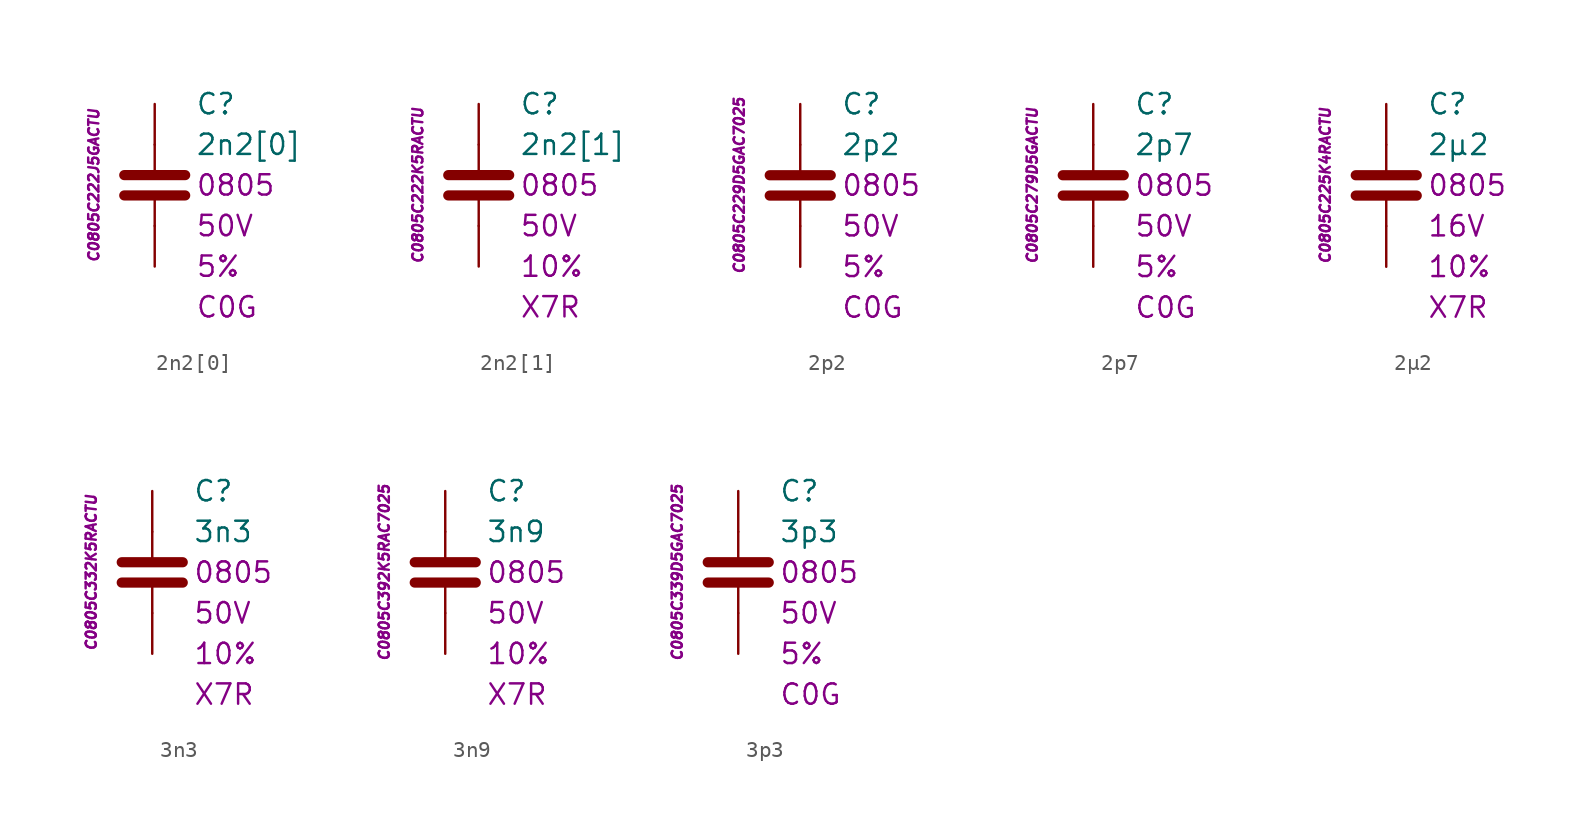
<source format=kicad_sym>
(kicad_symbol_lib
  (version 20201005)
  (generator kicad_symbol_editor)
  (symbol "2n2[0]"
    (pin_numbers hide)
    (pin_names
      (offset 1.016) hide)
    (property "Reference" "C"
      (at 2.54 5.08 0)
      (effects (font (size 1.27 1.27)) (justify left)))
    (property "Value" "2n2[0]"
      (at 2.54 2.54 0)
      (effects (font (size 1.27 1.27)) (justify left)))
    (property "Package" "0805"
      (at 2.54 0 0)
      (effects (font (size 1.27 1.27)) (justify left)))
    (property "Voltage" "50V"
      (at 2.54 -2.54 0)
      (effects (font (size 1.27 1.27)) (justify left)))
    (property "Tolerance" "5%"
      (at 2.54 -5.08 0)
      (effects (font (size 1.27 1.27)) (justify left)))
    (property "Dielectric" "C0G"
      (at 2.54 -7.62 0)
      (effects (font (size 1.27 1.27)) (justify left)))
    (property "ID" "C0805C222J5GACTU"
      (at -3.81 0 90)
      (effects (font (size 0.635 0.635) italic)))
    (symbol "2n2[0]_0_1"
      (polyline (pts (xy -1.905 -0.635) (xy 1.905 -0.635)) (stroke (width 0.635)) (fill (type none)))
      (polyline (pts (xy -1.905 0.635) (xy 1.905 0.635)) (stroke (width 0.635)) (fill (type none)))
      (polyline (pts (xy 0 -2.54) (xy 0 -0.635)) (stroke (width 0.152)) (fill (type none)))
      (polyline (pts (xy 0 0.635) (xy 0 2.54)) (stroke (width 0.152)) (fill (type none))))
    (symbol "2n2[0]_1_1"
      (pin passive line (at 0 5.08 270) (length 2.54) (name "~" (effects (font (size 1.778 1.778)))) (number "1" (effects (font (size 1.778 1.778)))))
      (pin passive line (at 0 -5.08 90) (length 2.54) (name "~" (effects (font (size 1.778 1.778)))) (number "2" (effects (font (size 1.778 1.778)))))))
  (symbol "2n2[1]"
    (pin_numbers hide)
    (pin_names
      (offset 1.016) hide)
    (property "Reference" "C"
      (at 2.54 5.08 0)
      (effects (font (size 1.27 1.27)) (justify left)))
    (property "Value" "2n2[1]"
      (at 2.54 2.54 0)
      (effects (font (size 1.27 1.27)) (justify left)))
    (property "Package" "0805"
      (at 2.54 0 0)
      (effects (font (size 1.27 1.27)) (justify left)))
    (property "Voltage" "50V"
      (at 2.54 -2.54 0)
      (effects (font (size 1.27 1.27)) (justify left)))
    (property "Tolerance" "10%"
      (at 2.54 -5.08 0)
      (effects (font (size 1.27 1.27)) (justify left)))
    (property "Dielectric" "X7R"
      (at 2.54 -7.62 0)
      (effects (font (size 1.27 1.27)) (justify left)))
    (property "ID" "C0805C222K5RACTU"
      (at -3.81 0 90)
      (effects (font (size 0.635 0.635) italic)))
    (symbol "2n2[1]_0_1"
      (polyline (pts (xy -1.905 -0.635) (xy 1.905 -0.635)) (stroke (width 0.635)) (fill (type none)))
      (polyline (pts (xy -1.905 0.635) (xy 1.905 0.635)) (stroke (width 0.635)) (fill (type none)))
      (polyline (pts (xy 0 -2.54) (xy 0 -0.635)) (stroke (width 0.152)) (fill (type none)))
      (polyline (pts (xy 0 0.635) (xy 0 2.54)) (stroke (width 0.152)) (fill (type none))))
    (symbol "2n2[1]_1_1"
      (pin passive line (at 0 5.08 270) (length 2.54) (name "~" (effects (font (size 1.778 1.778)))) (number "1" (effects (font (size 1.778 1.778)))))
      (pin passive line (at 0 -5.08 90) (length 2.54) (name "~" (effects (font (size 1.778 1.778)))) (number "2" (effects (font (size 1.778 1.778)))))))
  (symbol "2p2"
    (pin_numbers hide)
    (pin_names
      (offset 1.016) hide)
    (property "Reference" "C"
      (at 2.54 5.08 0)
      (effects (font (size 1.27 1.27)) (justify left)))
    (property "Value" "2p2"
      (at 2.54 2.54 0)
      (effects (font (size 1.27 1.27)) (justify left)))
    (property "Package" "0805"
      (at 2.54 0 0)
      (effects (font (size 1.27 1.27)) (justify left)))
    (property "Voltage" "50V"
      (at 2.54 -2.54 0)
      (effects (font (size 1.27 1.27)) (justify left)))
    (property "Tolerance" "5%"
      (at 2.54 -5.08 0)
      (effects (font (size 1.27 1.27)) (justify left)))
    (property "Dielectric" "C0G"
      (at 2.54 -7.62 0)
      (effects (font (size 1.27 1.27)) (justify left)))
    (property "ID" "C0805C229D5GAC7025"
      (at -3.81 0 90)
      (effects (font (size 0.635 0.635) italic)))
    (symbol "2p2_0_1"
      (polyline (pts (xy -1.905 -0.635) (xy 1.905 -0.635)) (stroke (width 0.635)) (fill (type none)))
      (polyline (pts (xy -1.905 0.635) (xy 1.905 0.635)) (stroke (width 0.635)) (fill (type none)))
      (polyline (pts (xy 0 -2.54) (xy 0 -0.635)) (stroke (width 0.152)) (fill (type none)))
      (polyline (pts (xy 0 0.635) (xy 0 2.54)) (stroke (width 0.152)) (fill (type none))))
    (symbol "2p2_1_1"
      (pin passive line (at 0 5.08 270) (length 2.54) (name "~" (effects (font (size 1.778 1.778)))) (number "1" (effects (font (size 1.778 1.778)))))
      (pin passive line (at 0 -5.08 90) (length 2.54) (name "~" (effects (font (size 1.778 1.778)))) (number "2" (effects (font (size 1.778 1.778)))))))
  (symbol "2p7"
    (pin_numbers hide)
    (pin_names
      (offset 1.016) hide)
    (property "Reference" "C"
      (at 2.54 5.08 0)
      (effects (font (size 1.27 1.27)) (justify left)))
    (property "Value" "2p7"
      (at 2.54 2.54 0)
      (effects (font (size 1.27 1.27)) (justify left)))
    (property "Package" "0805"
      (at 2.54 0 0)
      (effects (font (size 1.27 1.27)) (justify left)))
    (property "Voltage" "50V"
      (at 2.54 -2.54 0)
      (effects (font (size 1.27 1.27)) (justify left)))
    (property "Tolerance" "5%"
      (at 2.54 -5.08 0)
      (effects (font (size 1.27 1.27)) (justify left)))
    (property "Dielectric" "C0G"
      (at 2.54 -7.62 0)
      (effects (font (size 1.27 1.27)) (justify left)))
    (property "ID" "C0805C279D5GACTU"
      (at -3.81 0 90)
      (effects (font (size 0.635 0.635) italic)))
    (symbol "2p7_0_1"
      (polyline (pts (xy -1.905 -0.635) (xy 1.905 -0.635)) (stroke (width 0.635)) (fill (type none)))
      (polyline (pts (xy -1.905 0.635) (xy 1.905 0.635)) (stroke (width 0.635)) (fill (type none)))
      (polyline (pts (xy 0 -2.54) (xy 0 -0.635)) (stroke (width 0.152)) (fill (type none)))
      (polyline (pts (xy 0 0.635) (xy 0 2.54)) (stroke (width 0.152)) (fill (type none))))
    (symbol "2p7_1_1"
      (pin passive line (at 0 5.08 270) (length 2.54) (name "~" (effects (font (size 1.778 1.778)))) (number "1" (effects (font (size 1.778 1.778)))))
      (pin passive line (at 0 -5.08 90) (length 2.54) (name "~" (effects (font (size 1.778 1.778)))) (number "2" (effects (font (size 1.778 1.778)))))))
  (symbol "2µ2"
    (pin_numbers hide)
    (pin_names
      (offset 1.016) hide)
    (property "Reference" "C"
      (at 2.54 5.08 0)
      (effects (font (size 1.27 1.27)) (justify left)))
    (property "Value" "2µ2"
      (at 2.54 2.54 0)
      (effects (font (size 1.27 1.27)) (justify left)))
    (property "Package" "0805"
      (at 2.54 0 0)
      (effects (font (size 1.27 1.27)) (justify left)))
    (property "Voltage" "16V"
      (at 2.54 -2.54 0)
      (effects (font (size 1.27 1.27)) (justify left)))
    (property "Tolerance" "10%"
      (at 2.54 -5.08 0)
      (effects (font (size 1.27 1.27)) (justify left)))
    (property "Dielectric" "X7R"
      (at 2.54 -7.62 0)
      (effects (font (size 1.27 1.27)) (justify left)))
    (property "ID" "C0805C225K4RACTU"
      (at -3.81 0 90)
      (effects (font (size 0.635 0.635) italic)))
    (symbol "2µ2_0_1"
      (polyline (pts (xy -1.905 -0.635) (xy 1.905 -0.635)) (stroke (width 0.635)) (fill (type none)))
      (polyline (pts (xy -1.905 0.635) (xy 1.905 0.635)) (stroke (width 0.635)) (fill (type none)))
      (polyline (pts (xy 0 -2.54) (xy 0 -0.635)) (stroke (width 0.152)) (fill (type none)))
      (polyline (pts (xy 0 0.635) (xy 0 2.54)) (stroke (width 0.152)) (fill (type none))))
    (symbol "2µ2_1_1"
      (pin passive line (at 0 5.08 270) (length 2.54) (name "~" (effects (font (size 1.778 1.778)))) (number "1" (effects (font (size 1.778 1.778)))))
      (pin passive line (at 0 -5.08 90) (length 2.54) (name "~" (effects (font (size 1.778 1.778)))) (number "2" (effects (font (size 1.778 1.778)))))))
  (symbol "3n3"
    (pin_numbers hide)
    (pin_names
      (offset 1.016) hide)
    (property "Reference" "C"
      (at 2.54 5.08 0)
      (effects (font (size 1.27 1.27)) (justify left)))
    (property "Value" "3n3"
      (at 2.54 2.54 0)
      (effects (font (size 1.27 1.27)) (justify left)))
    (property "Package" "0805"
      (at 2.54 0 0)
      (effects (font (size 1.27 1.27)) (justify left)))
    (property "Voltage" "50V"
      (at 2.54 -2.54 0)
      (effects (font (size 1.27 1.27)) (justify left)))
    (property "Tolerance" "10%"
      (at 2.54 -5.08 0)
      (effects (font (size 1.27 1.27)) (justify left)))
    (property "Dielectric" "X7R"
      (at 2.54 -7.62 0)
      (effects (font (size 1.27 1.27)) (justify left)))
    (property "ID" "C0805C332K5RACTU"
      (at -3.81 0 90)
      (effects (font (size 0.635 0.635) italic)))
    (symbol "3n3_0_1"
      (polyline (pts (xy -1.905 -0.635) (xy 1.905 -0.635)) (stroke (width 0.635)) (fill (type none)))
      (polyline (pts (xy -1.905 0.635) (xy 1.905 0.635)) (stroke (width 0.635)) (fill (type none)))
      (polyline (pts (xy 0 -2.54) (xy 0 -0.635)) (stroke (width 0.152)) (fill (type none)))
      (polyline (pts (xy 0 0.635) (xy 0 2.54)) (stroke (width 0.152)) (fill (type none))))
    (symbol "3n3_1_1"
      (pin passive line (at 0 5.08 270) (length 2.54) (name "~" (effects (font (size 1.778 1.778)))) (number "1" (effects (font (size 1.778 1.778)))))
      (pin passive line (at 0 -5.08 90) (length 2.54) (name "~" (effects (font (size 1.778 1.778)))) (number "2" (effects (font (size 1.778 1.778)))))))
  (symbol "3n9"
    (pin_numbers hide)
    (pin_names
      (offset 1.016) hide)
    (property "Reference" "C"
      (at 2.54 5.08 0)
      (effects (font (size 1.27 1.27)) (justify left)))
    (property "Value" "3n9"
      (at 2.54 2.54 0)
      (effects (font (size 1.27 1.27)) (justify left)))
    (property "Package" "0805"
      (at 2.54 0 0)
      (effects (font (size 1.27 1.27)) (justify left)))
    (property "Voltage" "50V"
      (at 2.54 -2.54 0)
      (effects (font (size 1.27 1.27)) (justify left)))
    (property "Tolerance" "10%"
      (at 2.54 -5.08 0)
      (effects (font (size 1.27 1.27)) (justify left)))
    (property "Dielectric" "X7R"
      (at 2.54 -7.62 0)
      (effects (font (size 1.27 1.27)) (justify left)))
    (property "ID" "C0805C392K5RAC7025"
      (at -3.81 0 90)
      (effects (font (size 0.635 0.635) italic)))
    (symbol "3n9_0_1"
      (polyline (pts (xy -1.905 -0.635) (xy 1.905 -0.635)) (stroke (width 0.635)) (fill (type none)))
      (polyline (pts (xy -1.905 0.635) (xy 1.905 0.635)) (stroke (width 0.635)) (fill (type none)))
      (polyline (pts (xy 0 -2.54) (xy 0 -0.635)) (stroke (width 0.152)) (fill (type none)))
      (polyline (pts (xy 0 0.635) (xy 0 2.54)) (stroke (width 0.152)) (fill (type none))))
    (symbol "3n9_1_1"
      (pin passive line (at 0 5.08 270) (length 2.54) (name "~" (effects (font (size 1.778 1.778)))) (number "1" (effects (font (size 1.778 1.778)))))
      (pin passive line (at 0 -5.08 90) (length 2.54) (name "~" (effects (font (size 1.778 1.778)))) (number "2" (effects (font (size 1.778 1.778)))))))
  (symbol "3p3"
    (pin_numbers hide)
    (pin_names
      (offset 1.016) hide)
    (property "Reference" "C"
      (at 2.54 5.08 0)
      (effects (font (size 1.27 1.27)) (justify left)))
    (property "Value" "3p3"
      (at 2.54 2.54 0)
      (effects (font (size 1.27 1.27)) (justify left)))
    (property "Package" "0805"
      (at 2.54 0 0)
      (effects (font (size 1.27 1.27)) (justify left)))
    (property "Voltage" "50V"
      (at 2.54 -2.54 0)
      (effects (font (size 1.27 1.27)) (justify left)))
    (property "Tolerance" "5%"
      (at 2.54 -5.08 0)
      (effects (font (size 1.27 1.27)) (justify left)))
    (property "Dielectric" "C0G"
      (at 2.54 -7.62 0)
      (effects (font (size 1.27 1.27)) (justify left)))
    (property "ID" "C0805C339D5GAC7025"
      (at -3.81 0 90)
      (effects (font (size 0.635 0.635) italic)))
    (symbol "3p3_0_1"
      (polyline (pts (xy -1.905 -0.635) (xy 1.905 -0.635)) (stroke (width 0.635)) (fill (type none)))
      (polyline (pts (xy -1.905 0.635) (xy 1.905 0.635)) (stroke (width 0.635)) (fill (type none)))
      (polyline (pts (xy 0 -2.54) (xy 0 -0.635)) (stroke (width 0.152)) (fill (type none)))
      (polyline (pts (xy 0 0.635) (xy 0 2.54)) (stroke (width 0.152)) (fill (type none))))
    (symbol "3p3_1_1"
      (pin passive line (at 0 5.08 270) (length 2.54) (name "~" (effects (font (size 1.778 1.778)))) (number "1" (effects (font (size 1.778 1.778)))))
      (pin passive line (at 0 -5.08 90) (length 2.54) (name "~" (effects (font (size 1.778 1.778)))) (number "2" (effects (font (size 1.778 1.778))))))))
</source>
